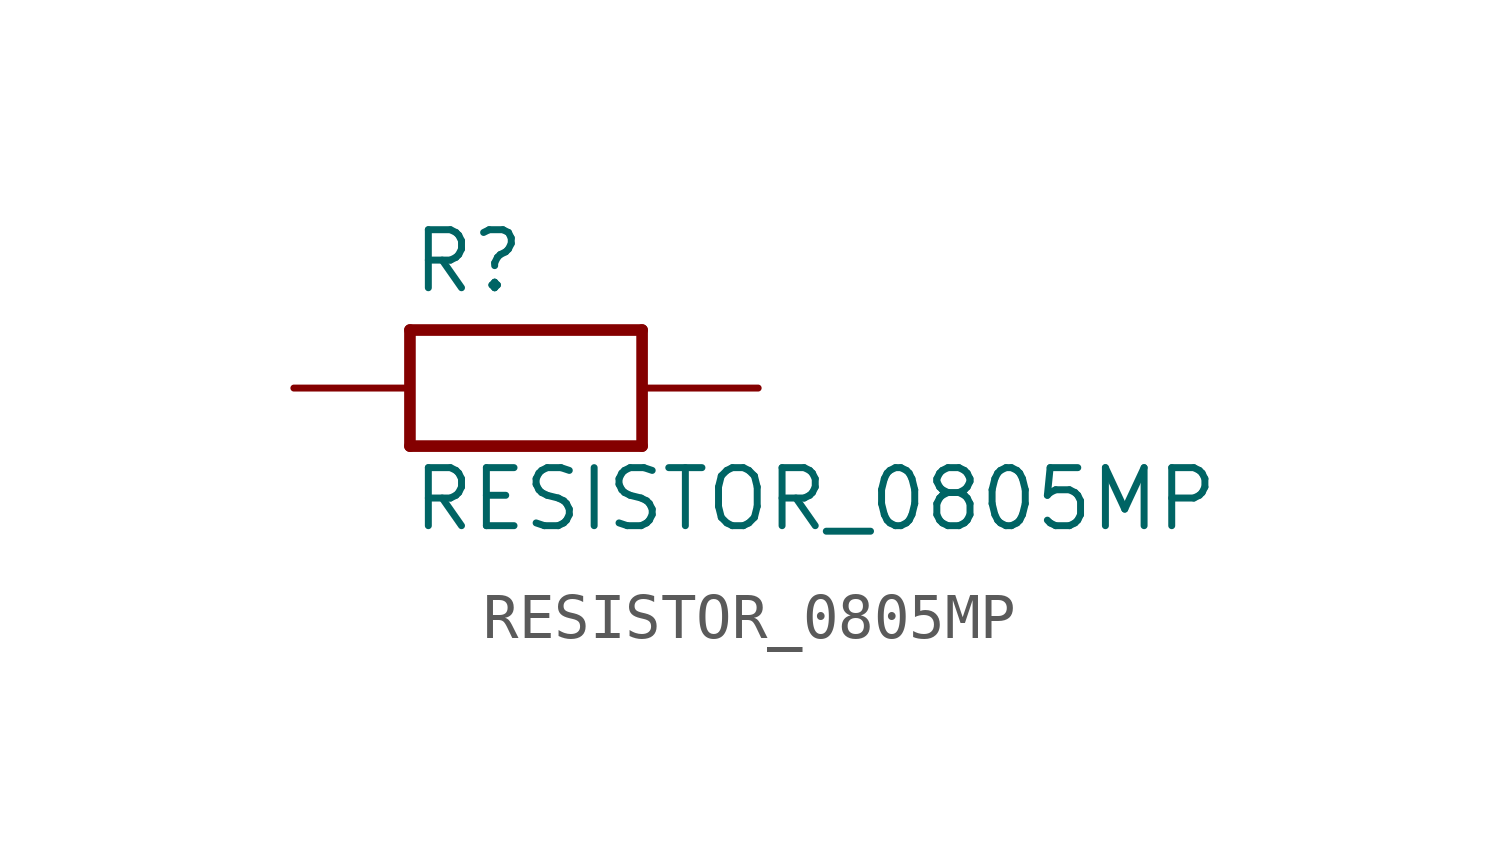
<source format=kicad_sym>
(kicad_symbol_lib
  (version 20211014)
  (generator kicad_symbol_editor)
  (symbol "RESISTOR_0805MP"
    (property "Reference" "R"
      (at -2.54 2.032 0)
      (effects (font (size 1.27 1.27)) (justify left bottom)))
    (property "Value" "RESISTOR_0805MP"
      (at -2.54 -3.175 0)
      (effects (font (size 1.27 1.27)) (justify left bottom)))
    (property "ki_locked" ""
      (at 0 0 0)
      (effects (font (size 1.27 1.27))))
    (symbol "RESISTOR_0805MP_1_0"
      (polyline (pts (xy -2.54 -1.27) (xy -2.54 1.27)) (stroke (width 0.254) (type default) (color 0 0 0 0)) (fill (type none)))
      (polyline (pts (xy -2.54 1.27) (xy 2.54 1.27)) (stroke (width 0.254) (type default) (color 0 0 0 0)) (fill (type none)))
      (polyline (pts (xy 2.54 -1.27) (xy -2.54 -1.27)) (stroke (width 0.254) (type default) (color 0 0 0 0)) (fill (type none)))
      (polyline (pts (xy 2.54 1.27) (xy 2.54 -1.27)) (stroke (width 0.254) (type default) (color 0 0 0 0)) (fill (type none)))
      (pin passive line (at -5.08 0 0) (length 2.54) (name "1" (effects (font (size 0 0)))) (number "1" (effects (font (size 0 0)))))
      (pin passive line (at 5.08 0 180) (length 2.54) (name "2" (effects (font (size 0 0)))) (number "2" (effects (font (size 0 0))))))))
</source>
